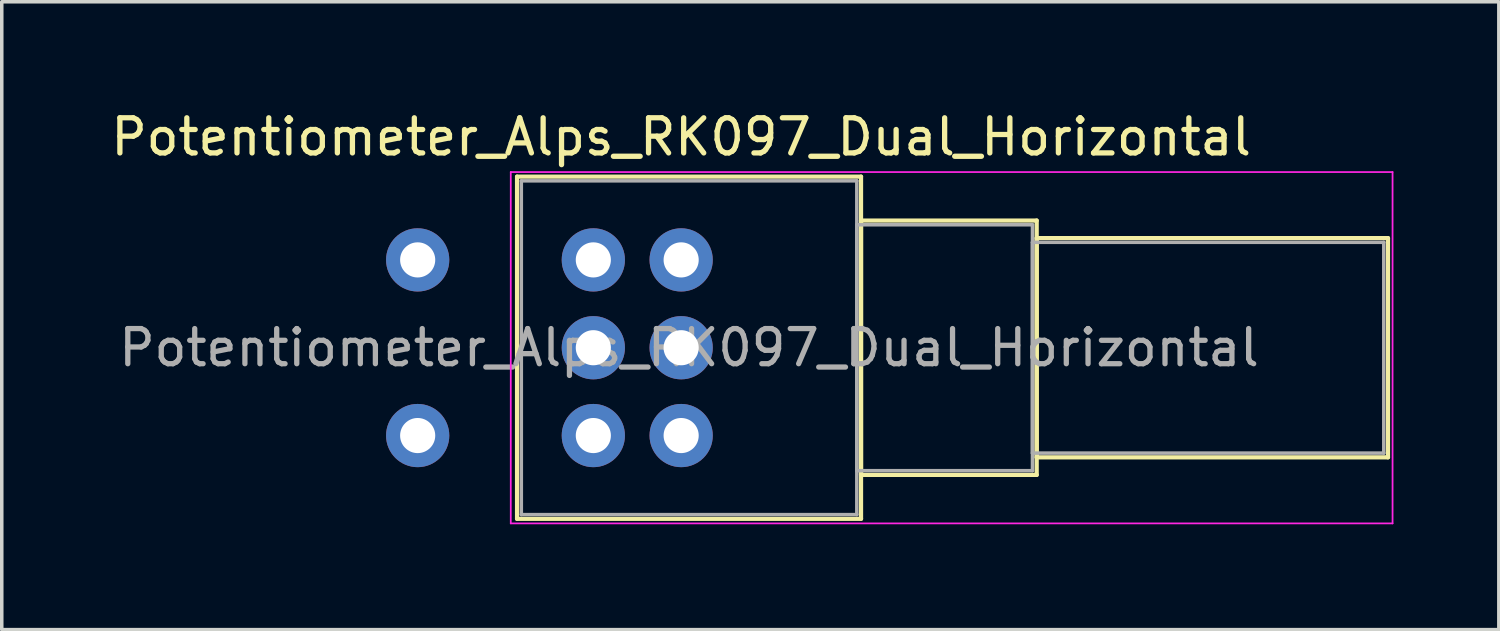
<source format=kicad_pcb>
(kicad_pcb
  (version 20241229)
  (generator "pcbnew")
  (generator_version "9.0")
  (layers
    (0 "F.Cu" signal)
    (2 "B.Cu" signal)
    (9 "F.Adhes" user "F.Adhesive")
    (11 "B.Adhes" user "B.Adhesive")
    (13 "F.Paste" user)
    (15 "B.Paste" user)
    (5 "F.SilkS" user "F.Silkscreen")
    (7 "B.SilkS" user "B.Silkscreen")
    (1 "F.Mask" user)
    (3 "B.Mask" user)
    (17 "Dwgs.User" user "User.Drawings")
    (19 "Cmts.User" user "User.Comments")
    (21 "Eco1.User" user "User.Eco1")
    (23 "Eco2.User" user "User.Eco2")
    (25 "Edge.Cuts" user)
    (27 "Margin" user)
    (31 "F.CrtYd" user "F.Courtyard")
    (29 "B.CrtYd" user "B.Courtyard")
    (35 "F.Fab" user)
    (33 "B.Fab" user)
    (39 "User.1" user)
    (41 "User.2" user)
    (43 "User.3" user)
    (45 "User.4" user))
  (footprint "Potentiometer_Alps_RK097_Dual_Horizontal"
    (layer "F.Cu")
    (at 16.339 9.348)
    (property "Reference" "Potentiometer_Alps_RK097_Dual_Horizontal" (at 0 -8.5 0) (layer "F.SilkS") (effects (font (size 1 1) (thickness 0.15))))
    (attr through_hole)
    (fp_line (start -4.671 -7.37) (end -4.671 2.37) (stroke (width 0.12) (type solid)) (layer "F.SilkS"))
    (fp_line (start -4.671 -7.37) (end 5.12 -7.37) (stroke (width 0.12) (type solid)) (layer "F.SilkS"))
    (fp_line (start -4.671 2.37) (end 5.12 2.37) (stroke (width 0.12) (type solid)) (layer "F.SilkS"))
    (fp_line (start 5.12 -7.37) (end 5.12 2.37) (stroke (width 0.12) (type solid)) (layer "F.SilkS"))
    (fp_line (start 5.12 -6.12) (end 5.12 1.12) (stroke (width 0.12) (type solid)) (layer "F.SilkS"))
    (fp_line (start 5.12 -6.12) (end 10.12 -6.12) (stroke (width 0.12) (type solid)) (layer "F.SilkS"))
    (fp_line (start 5.12 1.12) (end 10.12 1.12) (stroke (width 0.12) (type solid)) (layer "F.SilkS"))
    (fp_line (start 10.12 -6.12) (end 10.12 1.12) (stroke (width 0.12) (type solid)) (layer "F.SilkS"))
    (fp_line (start 10.12 -5.62) (end 10.12 0.62) (stroke (width 0.12) (type solid)) (layer "F.SilkS"))
    (fp_line (start 10.12 -5.62) (end 20.12 -5.62) (stroke (width 0.12) (type solid)) (layer "F.SilkS"))
    (fp_line (start 10.12 0.62) (end 20.12 0.62) (stroke (width 0.12) (type solid)) (layer "F.SilkS"))
    (fp_line (start 20.12 -5.62) (end 20.12 0.62) (stroke (width 0.12) (type solid)) (layer "F.SilkS"))
    (fp_line (start -4.85 -7.5) (end -4.85 2.5) (stroke (width 0.05) (type solid)) (layer "F.CrtYd"))
    (fp_line (start -4.85 2.5) (end 20.25 2.5) (stroke (width 0.05) (type solid)) (layer "F.CrtYd"))
    (fp_line (start 20.25 -7.5) (end -4.85 -7.5) (stroke (width 0.05) (type solid)) (layer "F.CrtYd"))
    (fp_line (start 20.25 2.5) (end 20.25 -7.5) (stroke (width 0.05) (type solid)) (layer "F.CrtYd"))
    (fp_line (start -4.55 -7.25) (end -4.55 2.25) (stroke (width 0.1) (type solid)) (layer "F.Fab"))
    (fp_line (start -4.55 2.25) (end 5 2.25) (stroke (width 0.1) (type solid)) (layer "F.Fab"))
    (fp_line (start 5 -7.25) (end -4.55 -7.25) (stroke (width 0.1) (type solid)) (layer "F.Fab"))
    (fp_line (start 5 -6) (end 5 1) (stroke (width 0.1) (type solid)) (layer "F.Fab"))
    (fp_line (start 5 1) (end 10 1) (stroke (width 0.1) (type solid)) (layer "F.Fab"))
    (fp_line (start 5 2.25) (end 5 -7.25) (stroke (width 0.1) (type solid)) (layer "F.Fab"))
    (fp_line (start 10 -6) (end 5 -6) (stroke (width 0.1) (type solid)) (layer "F.Fab"))
    (fp_line (start 10 -5.5) (end 10 0.5) (stroke (width 0.1) (type solid)) (layer "F.Fab"))
    (fp_line (start 10 0.5) (end 20 0.5) (stroke (width 0.1) (type solid)) (layer "F.Fab"))
    (fp_line (start 10 1) (end 10 -6) (stroke (width 0.1) (type solid)) (layer "F.Fab"))
    (fp_line (start 20 -5.5) (end 10 -5.5) (stroke (width 0.1) (type solid)) (layer "F.Fab"))
    (fp_line (start 20 0.5) (end 20 -5.5) (stroke (width 0.1) (type solid)) (layer "F.Fab"))
    (fp_text user "${REFERENCE}" (at 0.225 -2.5 0) (layer "F.Fab") (effects (font (size 1 1) (thickness 0.15))))
    (pad "1" thru_hole circle (at 0 0) (size 1.8 1.8) (drill 1) (layers "*.Cu" "*.Mask"))
    (pad "2" thru_hole circle (at 0 -2.5) (size 1.8 1.8) (drill 1) (layers "*.Cu" "*.Mask"))
    (pad "3" thru_hole circle (at 0 -5) (size 1.8 1.8) (drill 1) (layers "*.Cu" "*.Mask"))
    (pad "4" thru_hole circle (at -2.5 0) (size 1.8 1.8) (drill 1) (layers "*.Cu" "*.Mask"))
    (pad "5" thru_hole circle (at -2.5 -2.5) (size 1.8 1.8) (drill 1) (layers "*.Cu" "*.Mask"))
    (pad "6" thru_hole circle (at -2.5 -5) (size 1.8 1.8) (drill 1) (layers "*.Cu" "*.Mask"))
    (pad "7" thru_hole circle (at -7.5 -5) (size 1.8 1.8) (drill 1) (layers "*.Cu" "*.Mask"))
    (pad "8" thru_hole circle (at -7.5 0) (size 1.8 1.8) (drill 1) (layers "*.Cu" "*.Mask")))
  (gr_rect
    (start -3 -3)
    (end 39.614 14.873)
    (stroke (width 0.1) (type default))
    (fill no)
    (layer "Edge.Cuts")))
</source>
